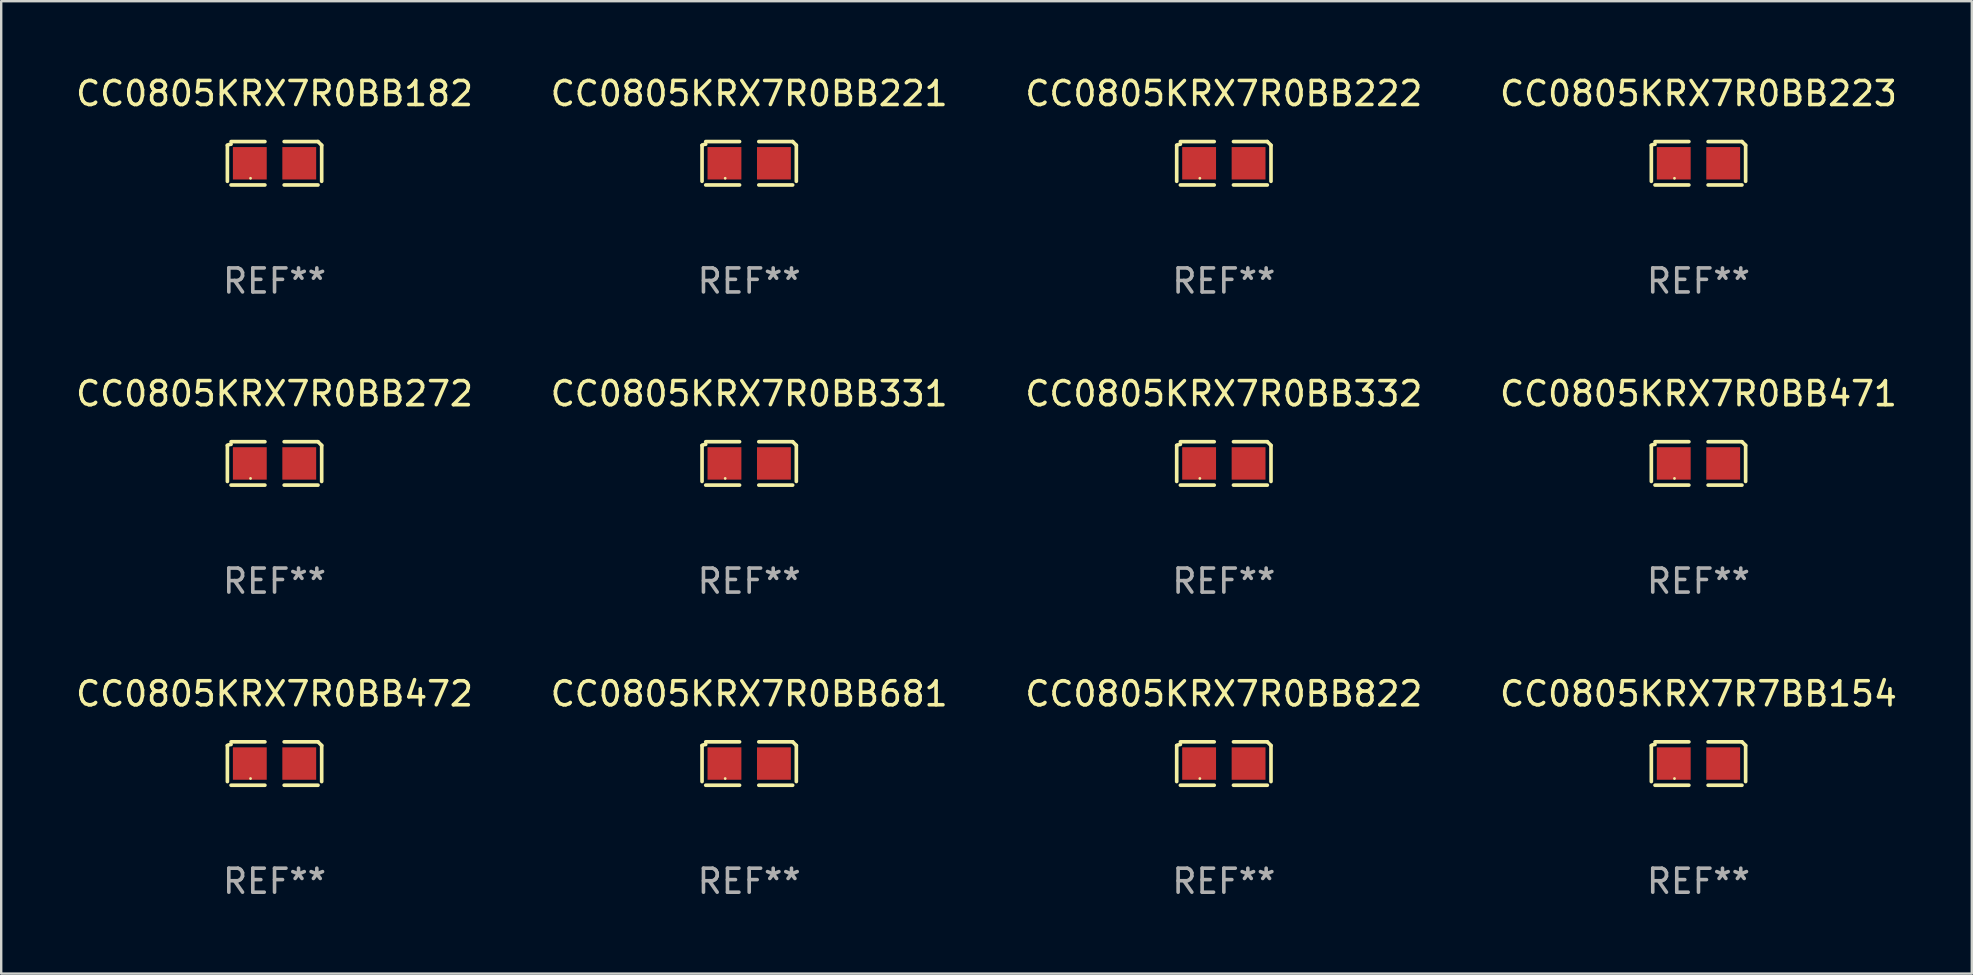
<source format=kicad_pcb>
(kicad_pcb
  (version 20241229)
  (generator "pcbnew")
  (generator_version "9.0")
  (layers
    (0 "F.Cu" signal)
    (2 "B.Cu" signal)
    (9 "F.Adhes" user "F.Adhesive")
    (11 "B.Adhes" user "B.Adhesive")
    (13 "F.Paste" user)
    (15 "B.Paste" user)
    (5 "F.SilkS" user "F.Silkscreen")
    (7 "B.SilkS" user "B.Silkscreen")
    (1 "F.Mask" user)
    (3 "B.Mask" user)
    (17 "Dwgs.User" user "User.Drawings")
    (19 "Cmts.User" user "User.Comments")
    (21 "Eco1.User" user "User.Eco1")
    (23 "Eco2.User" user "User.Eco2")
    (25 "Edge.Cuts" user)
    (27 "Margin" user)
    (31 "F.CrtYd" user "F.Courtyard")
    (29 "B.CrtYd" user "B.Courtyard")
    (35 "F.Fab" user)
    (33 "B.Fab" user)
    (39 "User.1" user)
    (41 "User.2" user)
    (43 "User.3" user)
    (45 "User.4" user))
  (footprint "CC0805KRX7R0BB222"
    (layer "F.Cu")
    (at 47.935 3.752)
    (property "Reference" "CC0805KRX7R0BB222" (at 0 -2.904 0) (layer "F.SilkS") (effects (font (size 1 1) (thickness 0.15))))
    (attr through_hole)
    (fp_line (start -1.964 0.751) (end -1.964 -0.751) (stroke (width 0.152) (type solid)) (layer "F.SilkS"))
    (fp_line (start -1.811 -0.904) (end -0.401 -0.904) (stroke (width 0.152) (type solid)) (layer "F.SilkS"))
    (fp_line (start -0.401 0.904) (end -1.811 0.904) (stroke (width 0.152) (type solid)) (layer "F.SilkS"))
    (fp_line (start 0.401 0.904) (end 1.811 0.904) (stroke (width 0.152) (type solid)) (layer "F.SilkS"))
    (fp_line (start 1.811 -0.904) (end 0.401 -0.904) (stroke (width 0.152) (type solid)) (layer "F.SilkS"))
    (fp_line (start 1.964 0.751) (end 1.964 -0.751) (stroke (width 0.152) (type solid)) (layer "F.SilkS"))
    (fp_arc (start -1.963602 -0.751207) (mid -1.890354 -0.783131) (end -1.811201 -0.794044) (stroke (width 0.1524) (type solid)) (layer "F.SilkS"))
    (fp_arc (start 1.811202 -0.903607) (mid 1.887413 -0.827418) (end 1.963602 -0.751207) (stroke (width 0.1524) (type solid)) (layer "F.SilkS"))
    (fp_circle (center -1 0.625) (end -0.97 0.625) (stroke (width 0.06) (type solid)) (fill no) (layer "F.SilkS"))
    (fp_text user "REF**" (at 0 4.904 0) (layer "F.Fab") (effects (font (size 1 1) (thickness 0.15))))
    (pad "1" smd rect (at -1.03 0) (size 1.41 1.35) (layers "F.Cu" "F.Mask" "F.Paste"))
    (pad "2" smd rect (at 1.03 0) (size 1.41 1.35) (layers "F.Cu" "F.Mask" "F.Paste")))
  (footprint "CC0805KRX7R0BB221"
    (layer "F.Cu")
    (at 28.161 3.752)
    (property "Reference" "CC0805KRX7R0BB221" (at 0 -2.904 0) (layer "F.SilkS") (effects (font (size 1 1) (thickness 0.15))))
    (attr through_hole)
    (fp_line (start -1.964 0.751) (end -1.964 -0.751) (stroke (width 0.152) (type solid)) (layer "F.SilkS"))
    (fp_line (start -1.811 -0.904) (end -0.401 -0.904) (stroke (width 0.152) (type solid)) (layer "F.SilkS"))
    (fp_line (start -0.401 0.904) (end -1.811 0.904) (stroke (width 0.152) (type solid)) (layer "F.SilkS"))
    (fp_line (start 0.401 0.904) (end 1.811 0.904) (stroke (width 0.152) (type solid)) (layer "F.SilkS"))
    (fp_line (start 1.811 -0.904) (end 0.401 -0.904) (stroke (width 0.152) (type solid)) (layer "F.SilkS"))
    (fp_line (start 1.964 0.751) (end 1.964 -0.751) (stroke (width 0.152) (type solid)) (layer "F.SilkS"))
    (fp_arc (start -1.963602 -0.751207) (mid -1.890354 -0.783131) (end -1.811201 -0.794044) (stroke (width 0.1524) (type solid)) (layer "F.SilkS"))
    (fp_arc (start 1.811202 -0.903607) (mid 1.887413 -0.827418) (end 1.963602 -0.751207) (stroke (width 0.1524) (type solid)) (layer "F.SilkS"))
    (fp_circle (center -1 0.625) (end -0.97 0.625) (stroke (width 0.06) (type solid)) (fill no) (layer "F.SilkS"))
    (fp_text user "REF**" (at 0 4.904 0) (layer "F.Fab") (effects (font (size 1 1) (thickness 0.15))))
    (pad "1" smd rect (at -1.03 0) (size 1.41 1.35) (layers "F.Cu" "F.Mask" "F.Paste"))
    (pad "2" smd rect (at 1.03 0) (size 1.41 1.35) (layers "F.Cu" "F.Mask" "F.Paste")))
  (footprint "CC0805KRX7R7BB154"
    (layer "F.Cu")
    (at 67.708 28.759)
    (property "Reference" "CC0805KRX7R7BB154" (at 0 -2.904 0) (layer "F.SilkS") (effects (font (size 1 1) (thickness 0.15))))
    (attr through_hole)
    (fp_line (start -1.964 0.751) (end -1.964 -0.751) (stroke (width 0.152) (type solid)) (layer "F.SilkS"))
    (fp_line (start -1.811 -0.904) (end -0.401 -0.904) (stroke (width 0.152) (type solid)) (layer "F.SilkS"))
    (fp_line (start -0.401 0.904) (end -1.811 0.904) (stroke (width 0.152) (type solid)) (layer "F.SilkS"))
    (fp_line (start 0.401 0.904) (end 1.811 0.904) (stroke (width 0.152) (type solid)) (layer "F.SilkS"))
    (fp_line (start 1.811 -0.904) (end 0.401 -0.904) (stroke (width 0.152) (type solid)) (layer "F.SilkS"))
    (fp_line (start 1.964 0.751) (end 1.964 -0.751) (stroke (width 0.152) (type solid)) (layer "F.SilkS"))
    (fp_arc (start -1.963602 -0.751207) (mid -1.890354 -0.783131) (end -1.811201 -0.794044) (stroke (width 0.1524) (type solid)) (layer "F.SilkS"))
    (fp_arc (start 1.811202 -0.903607) (mid 1.887413 -0.827418) (end 1.963602 -0.751207) (stroke (width 0.1524) (type solid)) (layer "F.SilkS"))
    (fp_circle (center -1 0.625) (end -0.97 0.625) (stroke (width 0.06) (type solid)) (fill no) (layer "F.SilkS"))
    (fp_text user "REF**" (at 0 4.904 0) (layer "F.Fab") (effects (font (size 1 1) (thickness 0.15))))
    (pad "1" smd rect (at -1.03 0) (size 1.41 1.35) (layers "F.Cu" "F.Mask" "F.Paste"))
    (pad "2" smd rect (at 1.03 0) (size 1.41 1.35) (layers "F.Cu" "F.Mask" "F.Paste")))
  (footprint "CC0805KRX7R0BB822"
    (layer "F.Cu")
    (at 47.935 28.759)
    (property "Reference" "CC0805KRX7R0BB822" (at 0 -2.904 0) (layer "F.SilkS") (effects (font (size 1 1) (thickness 0.15))))
    (attr through_hole)
    (fp_line (start -1.964 0.751) (end -1.964 -0.751) (stroke (width 0.152) (type solid)) (layer "F.SilkS"))
    (fp_line (start -1.811 -0.904) (end -0.401 -0.904) (stroke (width 0.152) (type solid)) (layer "F.SilkS"))
    (fp_line (start -0.401 0.904) (end -1.811 0.904) (stroke (width 0.152) (type solid)) (layer "F.SilkS"))
    (fp_line (start 0.401 0.904) (end 1.811 0.904) (stroke (width 0.152) (type solid)) (layer "F.SilkS"))
    (fp_line (start 1.811 -0.904) (end 0.401 -0.904) (stroke (width 0.152) (type solid)) (layer "F.SilkS"))
    (fp_line (start 1.964 0.751) (end 1.964 -0.751) (stroke (width 0.152) (type solid)) (layer "F.SilkS"))
    (fp_arc (start -1.963602 -0.751207) (mid -1.890354 -0.783131) (end -1.811201 -0.794044) (stroke (width 0.1524) (type solid)) (layer "F.SilkS"))
    (fp_arc (start 1.811202 -0.903607) (mid 1.887413 -0.827418) (end 1.963602 -0.751207) (stroke (width 0.1524) (type solid)) (layer "F.SilkS"))
    (fp_circle (center -1 0.625) (end -0.97 0.625) (stroke (width 0.06) (type solid)) (fill no) (layer "F.SilkS"))
    (fp_text user "REF**" (at 0 4.904 0) (layer "F.Fab") (effects (font (size 1 1) (thickness 0.15))))
    (pad "1" smd rect (at -1.03 0) (size 1.41 1.35) (layers "F.Cu" "F.Mask" "F.Paste"))
    (pad "2" smd rect (at 1.03 0) (size 1.41 1.35) (layers "F.Cu" "F.Mask" "F.Paste")))
  (footprint "CC0805KRX7R0BB472"
    (layer "F.Cu")
    (at 8.387 28.759)
    (property "Reference" "CC0805KRX7R0BB472" (at 0 -2.904 0) (layer "F.SilkS") (effects (font (size 1 1) (thickness 0.15))))
    (attr through_hole)
    (fp_line (start -1.964 0.751) (end -1.964 -0.751) (stroke (width 0.152) (type solid)) (layer "F.SilkS"))
    (fp_line (start -1.811 -0.904) (end -0.401 -0.904) (stroke (width 0.152) (type solid)) (layer "F.SilkS"))
    (fp_line (start -0.401 0.904) (end -1.811 0.904) (stroke (width 0.152) (type solid)) (layer "F.SilkS"))
    (fp_line (start 0.401 0.904) (end 1.811 0.904) (stroke (width 0.152) (type solid)) (layer "F.SilkS"))
    (fp_line (start 1.811 -0.904) (end 0.401 -0.904) (stroke (width 0.152) (type solid)) (layer "F.SilkS"))
    (fp_line (start 1.964 0.751) (end 1.964 -0.751) (stroke (width 0.152) (type solid)) (layer "F.SilkS"))
    (fp_arc (start -1.963602 -0.751207) (mid -1.890354 -0.783131) (end -1.811201 -0.794044) (stroke (width 0.1524) (type solid)) (layer "F.SilkS"))
    (fp_arc (start 1.811202 -0.903607) (mid 1.887413 -0.827418) (end 1.963602 -0.751207) (stroke (width 0.1524) (type solid)) (layer "F.SilkS"))
    (fp_circle (center -1 0.625) (end -0.97 0.625) (stroke (width 0.06) (type solid)) (fill no) (layer "F.SilkS"))
    (fp_text user "REF**" (at 0 4.904 0) (layer "F.Fab") (effects (font (size 1 1) (thickness 0.15))))
    (pad "1" smd rect (at -1.03 0) (size 1.41 1.35) (layers "F.Cu" "F.Mask" "F.Paste"))
    (pad "2" smd rect (at 1.03 0) (size 1.41 1.35) (layers "F.Cu" "F.Mask" "F.Paste")))
  (footprint "CC0805KRX7R0BB681"
    (layer "F.Cu")
    (at 28.161 28.759)
    (property "Reference" "CC0805KRX7R0BB681" (at 0 -2.904 0) (layer "F.SilkS") (effects (font (size 1 1) (thickness 0.15))))
    (attr through_hole)
    (fp_line (start -1.964 0.751) (end -1.964 -0.751) (stroke (width 0.152) (type solid)) (layer "F.SilkS"))
    (fp_line (start -1.811 -0.904) (end -0.401 -0.904) (stroke (width 0.152) (type solid)) (layer "F.SilkS"))
    (fp_line (start -0.401 0.904) (end -1.811 0.904) (stroke (width 0.152) (type solid)) (layer "F.SilkS"))
    (fp_line (start 0.401 0.904) (end 1.811 0.904) (stroke (width 0.152) (type solid)) (layer "F.SilkS"))
    (fp_line (start 1.811 -0.904) (end 0.401 -0.904) (stroke (width 0.152) (type solid)) (layer "F.SilkS"))
    (fp_line (start 1.964 0.751) (end 1.964 -0.751) (stroke (width 0.152) (type solid)) (layer "F.SilkS"))
    (fp_arc (start -1.963602 -0.751207) (mid -1.890354 -0.783131) (end -1.811201 -0.794044) (stroke (width 0.1524) (type solid)) (layer "F.SilkS"))
    (fp_arc (start 1.811202 -0.903607) (mid 1.887413 -0.827418) (end 1.963602 -0.751207) (stroke (width 0.1524) (type solid)) (layer "F.SilkS"))
    (fp_circle (center -1 0.625) (end -0.97 0.625) (stroke (width 0.06) (type solid)) (fill no) (layer "F.SilkS"))
    (fp_text user "REF**" (at 0 4.904 0) (layer "F.Fab") (effects (font (size 1 1) (thickness 0.15))))
    (pad "1" smd rect (at -1.03 0) (size 1.41 1.35) (layers "F.Cu" "F.Mask" "F.Paste"))
    (pad "2" smd rect (at 1.03 0) (size 1.41 1.35) (layers "F.Cu" "F.Mask" "F.Paste")))
  (footprint "CC0805KRX7R0BB272"
    (layer "F.Cu")
    (at 8.387 16.256)
    (property "Reference" "CC0805KRX7R0BB272" (at 0 -2.904 0) (layer "F.SilkS") (effects (font (size 1 1) (thickness 0.15))))
    (attr through_hole)
    (fp_line (start -1.964 0.751) (end -1.964 -0.751) (stroke (width 0.152) (type solid)) (layer "F.SilkS"))
    (fp_line (start -1.811 -0.904) (end -0.401 -0.904) (stroke (width 0.152) (type solid)) (layer "F.SilkS"))
    (fp_line (start -0.401 0.904) (end -1.811 0.904) (stroke (width 0.152) (type solid)) (layer "F.SilkS"))
    (fp_line (start 0.401 0.904) (end 1.811 0.904) (stroke (width 0.152) (type solid)) (layer "F.SilkS"))
    (fp_line (start 1.811 -0.904) (end 0.401 -0.904) (stroke (width 0.152) (type solid)) (layer "F.SilkS"))
    (fp_line (start 1.964 0.751) (end 1.964 -0.751) (stroke (width 0.152) (type solid)) (layer "F.SilkS"))
    (fp_arc (start -1.963602 -0.751207) (mid -1.890354 -0.783131) (end -1.811201 -0.794044) (stroke (width 0.1524) (type solid)) (layer "F.SilkS"))
    (fp_arc (start 1.811202 -0.903607) (mid 1.887413 -0.827418) (end 1.963602 -0.751207) (stroke (width 0.1524) (type solid)) (layer "F.SilkS"))
    (fp_circle (center -1 0.625) (end -0.97 0.625) (stroke (width 0.06) (type solid)) (fill no) (layer "F.SilkS"))
    (fp_text user "REF**" (at 0 4.904 0) (layer "F.Fab") (effects (font (size 1 1) (thickness 0.15))))
    (pad "1" smd rect (at -1.03 0) (size 1.41 1.35) (layers "F.Cu" "F.Mask" "F.Paste"))
    (pad "2" smd rect (at 1.03 0) (size 1.41 1.35) (layers "F.Cu" "F.Mask" "F.Paste")))
  (footprint "CC0805KRX7R0BB182"
    (layer "F.Cu")
    (at 8.387 3.752)
    (property "Reference" "CC0805KRX7R0BB182" (at 0 -2.904 0) (layer "F.SilkS") (effects (font (size 1 1) (thickness 0.15))))
    (attr through_hole)
    (fp_line (start -1.964 0.751) (end -1.964 -0.751) (stroke (width 0.152) (type solid)) (layer "F.SilkS"))
    (fp_line (start -1.811 -0.904) (end -0.401 -0.904) (stroke (width 0.152) (type solid)) (layer "F.SilkS"))
    (fp_line (start -0.401 0.904) (end -1.811 0.904) (stroke (width 0.152) (type solid)) (layer "F.SilkS"))
    (fp_line (start 0.401 0.904) (end 1.811 0.904) (stroke (width 0.152) (type solid)) (layer "F.SilkS"))
    (fp_line (start 1.811 -0.904) (end 0.401 -0.904) (stroke (width 0.152) (type solid)) (layer "F.SilkS"))
    (fp_line (start 1.964 0.751) (end 1.964 -0.751) (stroke (width 0.152) (type solid)) (layer "F.SilkS"))
    (fp_arc (start -1.963602 -0.751207) (mid -1.890354 -0.783131) (end -1.811201 -0.794044) (stroke (width 0.1524) (type solid)) (layer "F.SilkS"))
    (fp_arc (start 1.811202 -0.903607) (mid 1.887413 -0.827418) (end 1.963602 -0.751207) (stroke (width 0.1524) (type solid)) (layer "F.SilkS"))
    (fp_circle (center -1 0.625) (end -0.97 0.625) (stroke (width 0.06) (type solid)) (fill no) (layer "F.SilkS"))
    (fp_text user "REF**" (at 0 4.904 0) (layer "F.Fab") (effects (font (size 1 1) (thickness 0.15))))
    (pad "1" smd rect (at -1.03 0) (size 1.41 1.35) (layers "F.Cu" "F.Mask" "F.Paste"))
    (pad "2" smd rect (at 1.03 0) (size 1.41 1.35) (layers "F.Cu" "F.Mask" "F.Paste")))
  (footprint "CC0805KRX7R0BB471"
    (layer "F.Cu")
    (at 67.708 16.256)
    (property "Reference" "CC0805KRX7R0BB471" (at 0 -2.904 0) (layer "F.SilkS") (effects (font (size 1 1) (thickness 0.15))))
    (attr through_hole)
    (fp_line (start -1.964 0.751) (end -1.964 -0.751) (stroke (width 0.152) (type solid)) (layer "F.SilkS"))
    (fp_line (start -1.811 -0.904) (end -0.401 -0.904) (stroke (width 0.152) (type solid)) (layer "F.SilkS"))
    (fp_line (start -0.401 0.904) (end -1.811 0.904) (stroke (width 0.152) (type solid)) (layer "F.SilkS"))
    (fp_line (start 0.401 0.904) (end 1.811 0.904) (stroke (width 0.152) (type solid)) (layer "F.SilkS"))
    (fp_line (start 1.811 -0.904) (end 0.401 -0.904) (stroke (width 0.152) (type solid)) (layer "F.SilkS"))
    (fp_line (start 1.964 0.751) (end 1.964 -0.751) (stroke (width 0.152) (type solid)) (layer "F.SilkS"))
    (fp_arc (start -1.963602 -0.751207) (mid -1.890354 -0.783131) (end -1.811201 -0.794044) (stroke (width 0.1524) (type solid)) (layer "F.SilkS"))
    (fp_arc (start 1.811202 -0.903607) (mid 1.887413 -0.827418) (end 1.963602 -0.751207) (stroke (width 0.1524) (type solid)) (layer "F.SilkS"))
    (fp_circle (center -1 0.625) (end -0.97 0.625) (stroke (width 0.06) (type solid)) (fill no) (layer "F.SilkS"))
    (fp_text user "REF**" (at 0 4.904 0) (layer "F.Fab") (effects (font (size 1 1) (thickness 0.15))))
    (pad "1" smd rect (at -1.03 0) (size 1.41 1.35) (layers "F.Cu" "F.Mask" "F.Paste"))
    (pad "2" smd rect (at 1.03 0) (size 1.41 1.35) (layers "F.Cu" "F.Mask" "F.Paste")))
  (footprint "CC0805KRX7R0BB331"
    (layer "F.Cu")
    (at 28.161 16.256)
    (property "Reference" "CC0805KRX7R0BB331" (at 0 -2.904 0) (layer "F.SilkS") (effects (font (size 1 1) (thickness 0.15))))
    (attr through_hole)
    (fp_line (start -1.964 0.751) (end -1.964 -0.751) (stroke (width 0.152) (type solid)) (layer "F.SilkS"))
    (fp_line (start -1.811 -0.904) (end -0.401 -0.904) (stroke (width 0.152) (type solid)) (layer "F.SilkS"))
    (fp_line (start -0.401 0.904) (end -1.811 0.904) (stroke (width 0.152) (type solid)) (layer "F.SilkS"))
    (fp_line (start 0.401 0.904) (end 1.811 0.904) (stroke (width 0.152) (type solid)) (layer "F.SilkS"))
    (fp_line (start 1.811 -0.904) (end 0.401 -0.904) (stroke (width 0.152) (type solid)) (layer "F.SilkS"))
    (fp_line (start 1.964 0.751) (end 1.964 -0.751) (stroke (width 0.152) (type solid)) (layer "F.SilkS"))
    (fp_arc (start -1.963602 -0.751207) (mid -1.890354 -0.783131) (end -1.811201 -0.794044) (stroke (width 0.1524) (type solid)) (layer "F.SilkS"))
    (fp_arc (start 1.811202 -0.903607) (mid 1.887413 -0.827418) (end 1.963602 -0.751207) (stroke (width 0.1524) (type solid)) (layer "F.SilkS"))
    (fp_circle (center -1 0.625) (end -0.97 0.625) (stroke (width 0.06) (type solid)) (fill no) (layer "F.SilkS"))
    (fp_text user "REF**" (at 0 4.904 0) (layer "F.Fab") (effects (font (size 1 1) (thickness 0.15))))
    (pad "1" smd rect (at -1.03 0) (size 1.41 1.35) (layers "F.Cu" "F.Mask" "F.Paste"))
    (pad "2" smd rect (at 1.03 0) (size 1.41 1.35) (layers "F.Cu" "F.Mask" "F.Paste")))
  (footprint "CC0805KRX7R0BB223"
    (layer "F.Cu")
    (at 67.708 3.752)
    (property "Reference" "CC0805KRX7R0BB223" (at 0 -2.904 0) (layer "F.SilkS") (effects (font (size 1 1) (thickness 0.15))))
    (attr through_hole)
    (fp_line (start -1.964 0.751) (end -1.964 -0.751) (stroke (width 0.152) (type solid)) (layer "F.SilkS"))
    (fp_line (start -1.811 -0.904) (end -0.401 -0.904) (stroke (width 0.152) (type solid)) (layer "F.SilkS"))
    (fp_line (start -0.401 0.904) (end -1.811 0.904) (stroke (width 0.152) (type solid)) (layer "F.SilkS"))
    (fp_line (start 0.401 0.904) (end 1.811 0.904) (stroke (width 0.152) (type solid)) (layer "F.SilkS"))
    (fp_line (start 1.811 -0.904) (end 0.401 -0.904) (stroke (width 0.152) (type solid)) (layer "F.SilkS"))
    (fp_line (start 1.964 0.751) (end 1.964 -0.751) (stroke (width 0.152) (type solid)) (layer "F.SilkS"))
    (fp_arc (start -1.963602 -0.751207) (mid -1.890354 -0.783131) (end -1.811201 -0.794044) (stroke (width 0.1524) (type solid)) (layer "F.SilkS"))
    (fp_arc (start 1.811202 -0.903607) (mid 1.887413 -0.827418) (end 1.963602 -0.751207) (stroke (width 0.1524) (type solid)) (layer "F.SilkS"))
    (fp_circle (center -1 0.625) (end -0.97 0.625) (stroke (width 0.06) (type solid)) (fill no) (layer "F.SilkS"))
    (fp_text user "REF**" (at 0 4.904 0) (layer "F.Fab") (effects (font (size 1 1) (thickness 0.15))))
    (pad "1" smd rect (at -1.03 0) (size 1.41 1.35) (layers "F.Cu" "F.Mask" "F.Paste"))
    (pad "2" smd rect (at 1.03 0) (size 1.41 1.35) (layers "F.Cu" "F.Mask" "F.Paste")))
  (footprint "CC0805KRX7R0BB332"
    (layer "F.Cu")
    (at 47.935 16.256)
    (property "Reference" "CC0805KRX7R0BB332" (at 0 -2.904 0) (layer "F.SilkS") (effects (font (size 1 1) (thickness 0.15))))
    (attr through_hole)
    (fp_line (start -1.964 0.751) (end -1.964 -0.751) (stroke (width 0.152) (type solid)) (layer "F.SilkS"))
    (fp_line (start -1.811 -0.904) (end -0.401 -0.904) (stroke (width 0.152) (type solid)) (layer "F.SilkS"))
    (fp_line (start -0.401 0.904) (end -1.811 0.904) (stroke (width 0.152) (type solid)) (layer "F.SilkS"))
    (fp_line (start 0.401 0.904) (end 1.811 0.904) (stroke (width 0.152) (type solid)) (layer "F.SilkS"))
    (fp_line (start 1.811 -0.904) (end 0.401 -0.904) (stroke (width 0.152) (type solid)) (layer "F.SilkS"))
    (fp_line (start 1.964 0.751) (end 1.964 -0.751) (stroke (width 0.152) (type solid)) (layer "F.SilkS"))
    (fp_arc (start -1.963602 -0.751207) (mid -1.890354 -0.783131) (end -1.811201 -0.794044) (stroke (width 0.1524) (type solid)) (layer "F.SilkS"))
    (fp_arc (start 1.811202 -0.903607) (mid 1.887413 -0.827418) (end 1.963602 -0.751207) (stroke (width 0.1524) (type solid)) (layer "F.SilkS"))
    (fp_circle (center -1 0.625) (end -0.97 0.625) (stroke (width 0.06) (type solid)) (fill no) (layer "F.SilkS"))
    (fp_text user "REF**" (at 0 4.904 0) (layer "F.Fab") (effects (font (size 1 1) (thickness 0.15))))
    (pad "1" smd rect (at -1.03 0) (size 1.41 1.35) (layers "F.Cu" "F.Mask" "F.Paste"))
    (pad "2" smd rect (at 1.03 0) (size 1.41 1.35) (layers "F.Cu" "F.Mask" "F.Paste")))
  (gr_rect
    (start -3 -3)
    (end 79.095 37.511)
    (stroke (width 0.1) (type default))
    (fill no)
    (layer "Edge.Cuts")))
</source>
